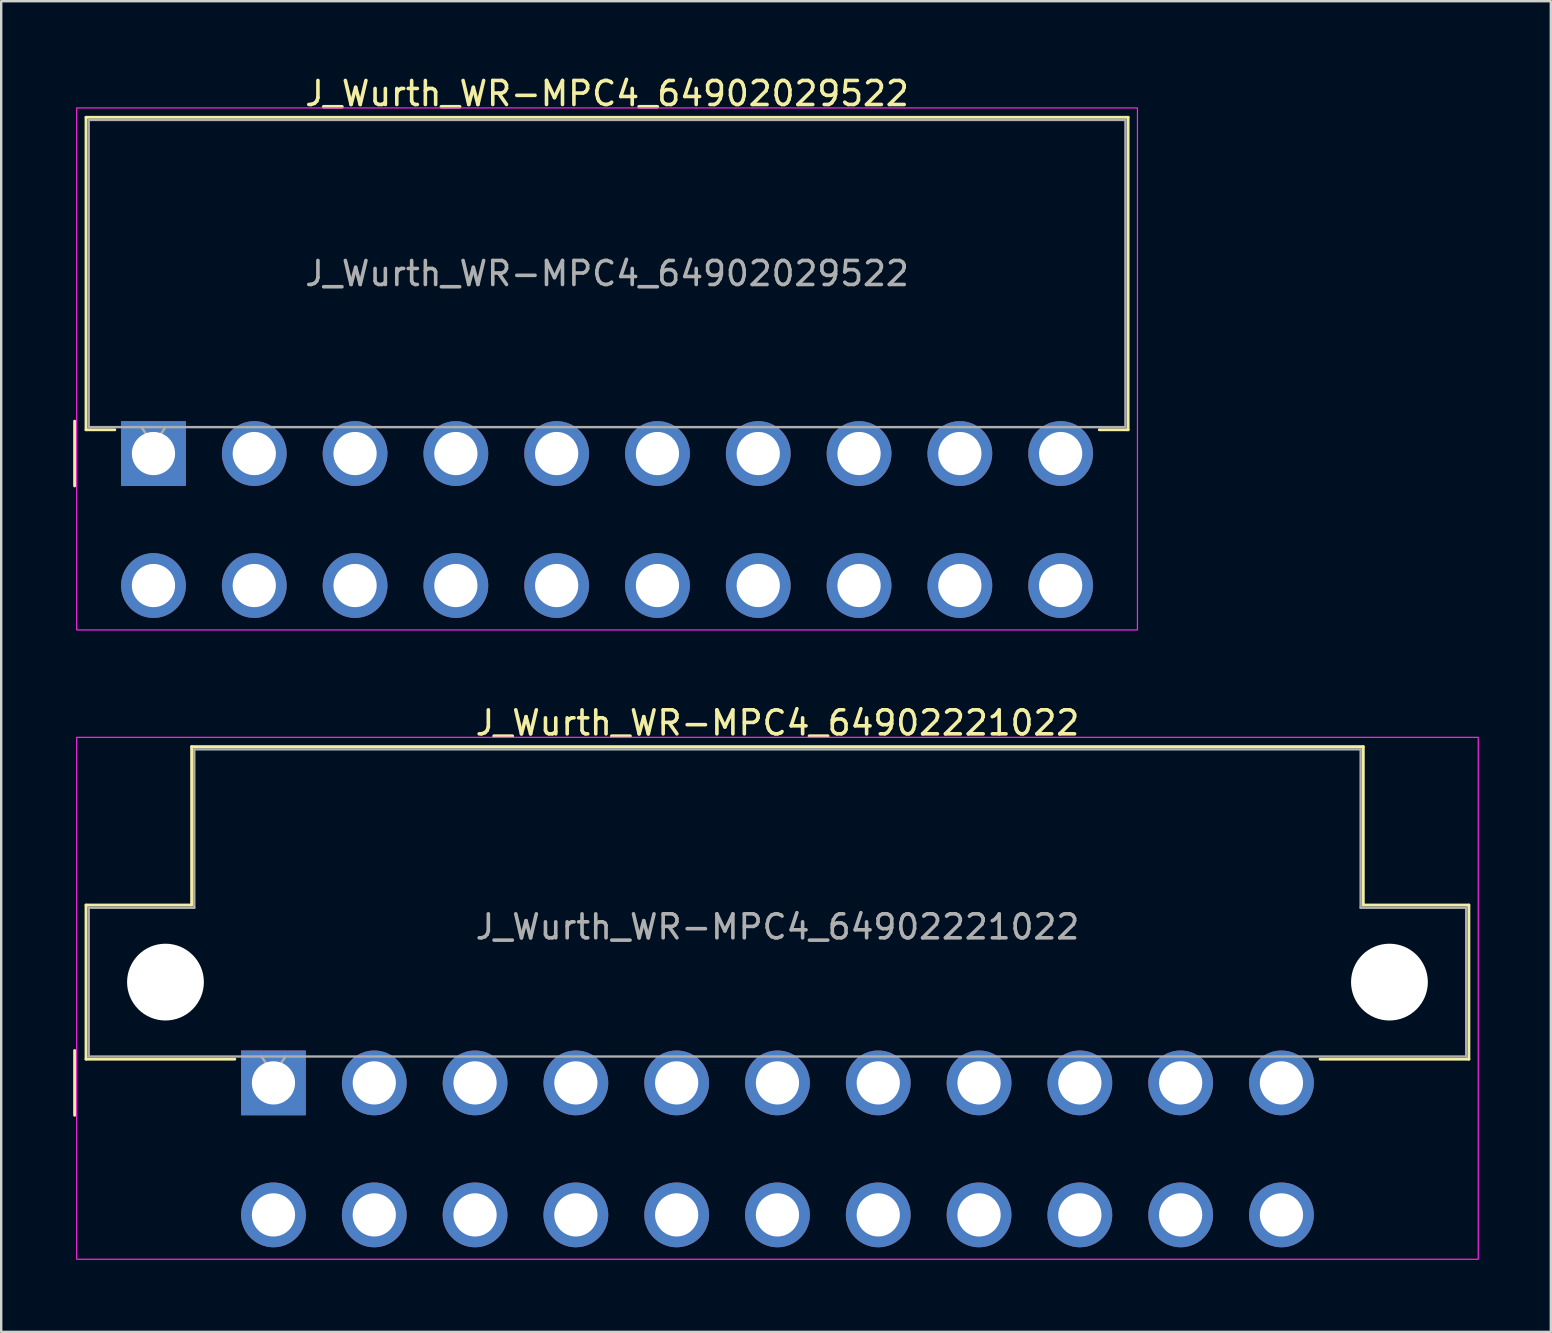
<source format=kicad_pcb>
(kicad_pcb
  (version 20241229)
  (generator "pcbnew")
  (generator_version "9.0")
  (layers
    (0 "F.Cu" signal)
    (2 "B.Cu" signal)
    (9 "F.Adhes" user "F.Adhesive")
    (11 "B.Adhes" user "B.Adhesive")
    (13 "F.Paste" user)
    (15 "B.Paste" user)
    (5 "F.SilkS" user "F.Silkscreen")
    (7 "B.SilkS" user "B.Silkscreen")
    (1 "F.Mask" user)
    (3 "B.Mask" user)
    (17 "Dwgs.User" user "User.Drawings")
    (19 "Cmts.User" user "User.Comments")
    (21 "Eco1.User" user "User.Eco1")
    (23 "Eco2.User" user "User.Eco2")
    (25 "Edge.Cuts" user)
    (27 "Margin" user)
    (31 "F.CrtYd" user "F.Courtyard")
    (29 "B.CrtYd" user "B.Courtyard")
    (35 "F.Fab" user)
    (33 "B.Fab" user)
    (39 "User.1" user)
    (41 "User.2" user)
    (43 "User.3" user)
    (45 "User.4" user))
  (footprint "J_Wurth_WR-MPC4_64902221022"
    (layer "F.Cu")
    (at 8.345 42.072)
    (property "Reference" "J_Wurth_WR-MPC4_64902221022" (at 21 -15 0) (unlocked yes) (layer "F.SilkS") (effects (font (size 1 1) (thickness 0.15))))
    (attr through_hole)
    (fp_line (start -8.285 -1.35) (end -8.285 1.35) (stroke (width 0.12) (type solid)) (layer "F.SilkS"))
    (fp_line (start -7.81 -7.41) (end -3.41 -7.41) (stroke (width 0.12) (type default)) (layer "F.SilkS"))
    (fp_line (start -7.81 -0.99) (end -7.81 -7.41) (stroke (width 0.12) (type default)) (layer "F.SilkS"))
    (fp_line (start -7.81 -0.99) (end -1.61 -0.99) (stroke (width 0.12) (type solid)) (layer "F.SilkS"))
    (fp_line (start -3.41 -14.01) (end -3.41 -7.41) (stroke (width 0.12) (type solid)) (layer "F.SilkS"))
    (fp_line (start 43.61 -0.99) (end 49.81 -0.99) (stroke (width 0.12) (type solid)) (layer "F.SilkS"))
    (fp_line (start 45.41 -14.01) (end -3.41 -14.01) (stroke (width 0.12) (type solid)) (layer "F.SilkS"))
    (fp_line (start 45.41 -7.41) (end 45.41 -14.01) (stroke (width 0.12) (type solid)) (layer "F.SilkS"))
    (fp_line (start 49.81 -7.41) (end 45.41 -7.41) (stroke (width 0.12) (type default)) (layer "F.SilkS"))
    (fp_line (start 49.81 -0.99) (end 49.81 -7.41) (stroke (width 0.12) (type default)) (layer "F.SilkS"))
    (fp_rect (start -8.2 -14.4) (end 50.2 7.35) (stroke (width 0.05) (type solid)) (fill no) (layer "F.CrtYd"))
    (fp_line (start -7.7 -1.1) (end -7.7 -7.3) (stroke (width 0.1) (type default)) (layer "F.Fab"))
    (fp_line (start -7.7 -1.1) (end 49.7 -1.1) (stroke (width 0.1) (type solid)) (layer "F.Fab"))
    (fp_line (start -3.3 -13.9) (end -3.3 -7.3) (stroke (width 0.1) (type solid)) (layer "F.Fab"))
    (fp_line (start -3.3 -7.3) (end -7.7 -7.3) (stroke (width 0.1) (type default)) (layer "F.Fab"))
    (fp_line (start 0 -0.35) (end -0.5 -1.1) (stroke (width 0.1) (type solid)) (layer "F.Fab"))
    (fp_line (start 0 -0.35) (end 0.5 -1.1) (stroke (width 0.1) (type solid)) (layer "F.Fab"))
    (fp_line (start 45.3 -13.9) (end -3.3 -13.9) (stroke (width 0.1) (type default)) (layer "F.Fab"))
    (fp_line (start 45.3 -7.3) (end 45.3 -13.9) (stroke (width 0.1) (type solid)) (layer "F.Fab"))
    (fp_line (start 45.3 -7.3) (end 49.7 -7.3) (stroke (width 0.1) (type default)) (layer "F.Fab"))
    (fp_line (start 49.7 -1.1) (end 49.7 -7.3) (stroke (width 0.1) (type default)) (layer "F.Fab"))
    (fp_text user "${REFERENCE}" (at 21 -6.5 0) (unlocked yes) (layer "F.Fab") (effects (font (size 1 1) (thickness 0.15))))
    (pad "" np_thru_hole circle (at -4.5 -4.2) (size 3.2 3.2) (drill 3.2) (layers "*.Cu" "*.Mask"))
    (pad "" np_thru_hole circle (at 46.5 -4.2) (size 3.2 3.2) (drill 3.2) (layers "*.Cu" "*.Mask"))
    (pad "1" thru_hole rect (at 0 0 180) (size 2.7 2.7) (drill 1.8) (layers "*.Cu" "*.Mask"))
    (pad "2" thru_hole circle (at 4.2 0 180) (size 2.7 2.7) (drill 1.8) (layers "*.Cu" "*.Mask"))
    (pad "3" thru_hole circle (at 8.4 0 180) (size 2.7 2.7) (drill 1.8) (layers "*.Cu" "*.Mask"))
    (pad "4" thru_hole circle (at 12.6 0 180) (size 2.7 2.7) (drill 1.8) (layers "*.Cu" "*.Mask"))
    (pad "5" thru_hole circle (at 16.8 0 180) (size 2.7 2.7) (drill 1.8) (layers "*.Cu" "*.Mask"))
    (pad "6" thru_hole circle (at 21 0 180) (size 2.7 2.7) (drill 1.8) (layers "*.Cu" "*.Mask"))
    (pad "7" thru_hole circle (at 25.2 0 180) (size 2.7 2.7) (drill 1.8) (layers "*.Cu" "*.Mask"))
    (pad "8" thru_hole circle (at 29.4 0 180) (size 2.7 2.7) (drill 1.8) (layers "*.Cu" "*.Mask"))
    (pad "9" thru_hole circle (at 33.6 0 180) (size 2.7 2.7) (drill 1.8) (layers "*.Cu" "*.Mask"))
    (pad "10" thru_hole circle (at 37.8 0 180) (size 2.7 2.7) (drill 1.8) (layers "*.Cu" "*.Mask"))
    (pad "11" thru_hole circle (at 42 0 180) (size 2.7 2.7) (drill 1.8) (layers "*.Cu" "*.Mask"))
    (pad "12" thru_hole circle (at 0 5.5 180) (size 2.7 2.7) (drill 1.8) (layers "*.Cu" "*.Mask"))
    (pad "13" thru_hole circle (at 4.2 5.5 180) (size 2.7 2.7) (drill 1.8) (layers "*.Cu" "*.Mask"))
    (pad "14" thru_hole circle (at 8.4 5.5 180) (size 2.7 2.7) (drill 1.8) (layers "*.Cu" "*.Mask"))
    (pad "15" thru_hole circle (at 12.6 5.5 180) (size 2.7 2.7) (drill 1.8) (layers "*.Cu" "*.Mask"))
    (pad "16" thru_hole circle (at 16.8 5.5 180) (size 2.7 2.7) (drill 1.8) (layers "*.Cu" "*.Mask"))
    (pad "17" thru_hole circle (at 21 5.5 180) (size 2.7 2.7) (drill 1.8) (layers "*.Cu" "*.Mask"))
    (pad "18" thru_hole circle (at 25.2 5.5 180) (size 2.7 2.7) (drill 1.8) (layers "*.Cu" "*.Mask"))
    (pad "19" thru_hole circle (at 29.4 5.5 180) (size 2.7 2.7) (drill 1.8) (layers "*.Cu" "*.Mask"))
    (pad "20" thru_hole circle (at 33.6 5.5 180) (size 2.7 2.7) (drill 1.8) (layers "*.Cu" "*.Mask"))
    (pad "21" thru_hole circle (at 37.8 5.5 180) (size 2.7 2.7) (drill 1.8) (layers "*.Cu" "*.Mask"))
    (pad "22" thru_hole circle (at 42 5.5 180) (size 2.7 2.7) (drill 1.8) (layers "*.Cu" "*.Mask")))
  (footprint "J_Wurth_WR-MPC4_64902029522"
    (layer "F.Cu")
    (at 3.345 15.848)
    (property "Reference" "J_Wurth_WR-MPC4_64902029522" (at 18.9 -15 0) (unlocked yes) (layer "F.SilkS") (effects (font (size 1 1) (thickness 0.15))))
    (attr through_hole)
    (fp_line (start -3.285 -1.35) (end -3.285 1.35) (stroke (width 0.12) (type solid)) (layer "F.SilkS"))
    (fp_line (start -2.81 -14.01) (end 40.61 -14.01) (stroke (width 0.12) (type solid)) (layer "F.SilkS"))
    (fp_line (start -2.81 -0.99) (end -2.81 -14.01) (stroke (width 0.12) (type default)) (layer "F.SilkS"))
    (fp_line (start -1.61 -0.99) (end -2.81 -0.99) (stroke (width 0.12) (type solid)) (layer "F.SilkS"))
    (fp_line (start 40.61 -14.01) (end 40.61 -0.99) (stroke (width 0.12) (type solid)) (layer "F.SilkS"))
    (fp_line (start 40.61 -0.99) (end 39.41 -0.99) (stroke (width 0.12) (type solid)) (layer "F.SilkS"))
    (fp_rect (start -3.2 -14.4) (end 41 7.35) (stroke (width 0.05) (type solid)) (fill no) (layer "F.CrtYd"))
    (fp_line (start 0 -0.35) (end -0.5 -1.1) (stroke (width 0.1) (type solid)) (layer "F.Fab"))
    (fp_line (start 0 -0.35) (end 0.5 -1.1) (stroke (width 0.1) (type solid)) (layer "F.Fab"))
    (fp_rect (start -2.7 -13.9) (end 40.5 -1.1) (stroke (width 0.1) (type solid)) (fill no) (layer "F.Fab"))
    (fp_text user "${REFERENCE}" (at 18.9 -7.5 0) (unlocked yes) (layer "F.Fab") (effects (font (size 1 1) (thickness 0.15))))
    (pad "1" thru_hole rect (at 0 0 180) (size 2.7 2.7) (drill 1.8) (layers "*.Cu" "*.Mask"))
    (pad "2" thru_hole circle (at 4.2 0 180) (size 2.7 2.7) (drill 1.8) (layers "*.Cu" "*.Mask"))
    (pad "3" thru_hole circle (at 8.4 0 180) (size 2.7 2.7) (drill 1.8) (layers "*.Cu" "*.Mask"))
    (pad "4" thru_hole circle (at 12.6 0 180) (size 2.7 2.7) (drill 1.8) (layers "*.Cu" "*.Mask"))
    (pad "5" thru_hole circle (at 16.8 0 180) (size 2.7 2.7) (drill 1.8) (layers "*.Cu" "*.Mask"))
    (pad "6" thru_hole circle (at 21 0 180) (size 2.7 2.7) (drill 1.8) (layers "*.Cu" "*.Mask"))
    (pad "7" thru_hole circle (at 25.2 0 180) (size 2.7 2.7) (drill 1.8) (layers "*.Cu" "*.Mask"))
    (pad "8" thru_hole circle (at 29.4 0 180) (size 2.7 2.7) (drill 1.8) (layers "*.Cu" "*.Mask"))
    (pad "9" thru_hole circle (at 33.6 0 180) (size 2.7 2.7) (drill 1.8) (layers "*.Cu" "*.Mask"))
    (pad "10" thru_hole circle (at 37.8 0 180) (size 2.7 2.7) (drill 1.8) (layers "*.Cu" "*.Mask"))
    (pad "11" thru_hole circle (at 0 5.5 180) (size 2.7 2.7) (drill 1.8) (layers "*.Cu" "*.Mask"))
    (pad "12" thru_hole circle (at 4.2 5.5 180) (size 2.7 2.7) (drill 1.8) (layers "*.Cu" "*.Mask"))
    (pad "13" thru_hole circle (at 8.4 5.5 180) (size 2.7 2.7) (drill 1.8) (layers "*.Cu" "*.Mask"))
    (pad "14" thru_hole circle (at 12.6 5.5 180) (size 2.7 2.7) (drill 1.8) (layers "*.Cu" "*.Mask"))
    (pad "15" thru_hole circle (at 16.8 5.5 180) (size 2.7 2.7) (drill 1.8) (layers "*.Cu" "*.Mask"))
    (pad "16" thru_hole circle (at 21 5.5 180) (size 2.7 2.7) (drill 1.8) (layers "*.Cu" "*.Mask"))
    (pad "17" thru_hole circle (at 25.2 5.5 180) (size 2.7 2.7) (drill 1.8) (layers "*.Cu" "*.Mask"))
    (pad "18" thru_hole circle (at 29.4 5.5 180) (size 2.7 2.7) (drill 1.8) (layers "*.Cu" "*.Mask"))
    (pad "19" thru_hole circle (at 33.6 5.5 180) (size 2.7 2.7) (drill 1.8) (layers "*.Cu" "*.Mask"))
    (pad "20" thru_hole circle (at 37.8 5.5 180) (size 2.7 2.7) (drill 1.8) (layers "*.Cu" "*.Mask")))
  (gr_rect
    (start -3 -3)
    (end 61.57 52.447)
    (stroke (width 0.1) (type default))
    (fill no)
    (layer "Edge.Cuts")))
</source>
